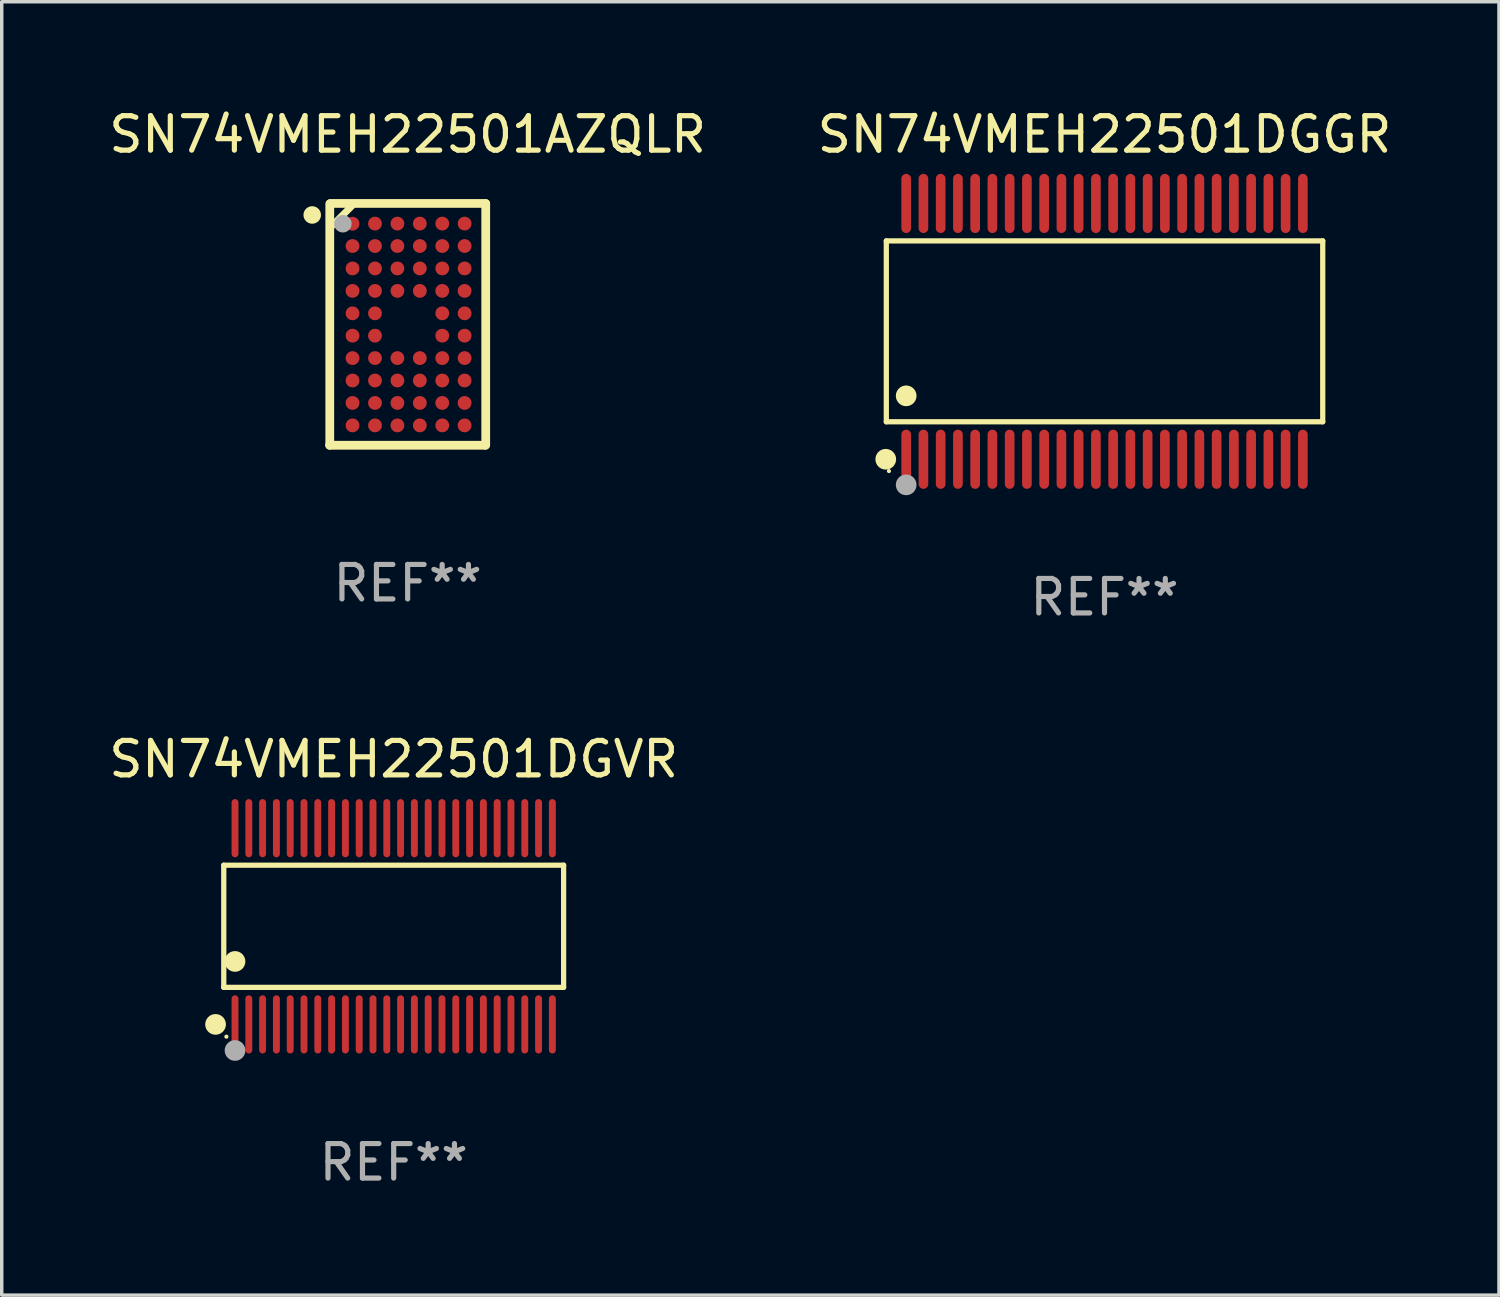
<source format=kicad_pcb>
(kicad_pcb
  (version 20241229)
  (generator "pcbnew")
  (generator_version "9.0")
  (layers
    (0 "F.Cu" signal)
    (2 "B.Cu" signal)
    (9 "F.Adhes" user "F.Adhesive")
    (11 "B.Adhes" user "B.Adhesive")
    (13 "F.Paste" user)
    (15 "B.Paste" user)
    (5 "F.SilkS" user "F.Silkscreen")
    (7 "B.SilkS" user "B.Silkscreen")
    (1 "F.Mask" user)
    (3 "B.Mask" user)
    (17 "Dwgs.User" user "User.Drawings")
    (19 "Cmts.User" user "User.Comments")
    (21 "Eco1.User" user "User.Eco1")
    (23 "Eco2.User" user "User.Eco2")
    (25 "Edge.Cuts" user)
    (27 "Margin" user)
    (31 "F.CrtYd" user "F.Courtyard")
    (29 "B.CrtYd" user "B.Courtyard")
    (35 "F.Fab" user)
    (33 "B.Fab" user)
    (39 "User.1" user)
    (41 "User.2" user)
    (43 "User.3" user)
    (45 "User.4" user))
  (footprint "SN74VMEH22501DGVR"
    (layer "F.Cu")
    (at 8.363 23.803)
    (property "Reference" "SN74VMEH22501DGVR" (at 0 -4.844 0) (layer "F.SilkS") (effects (font (size 1 1) (thickness 0.15))))
    (attr through_hole)
    (fp_line (start -4.926 -1.771) (end 4.926 -1.771) (stroke (width 0.152) (type solid)) (layer "F.SilkS"))
    (fp_line (start -4.926 1.771) (end -4.926 -1.771) (stroke (width 0.152) (type solid)) (layer "F.SilkS"))
    (fp_line (start 4.926 -1.771) (end 4.926 1.771) (stroke (width 0.152) (type solid)) (layer "F.SilkS"))
    (fp_line (start 4.926 1.771) (end -4.926 1.771) (stroke (width 0.152) (type solid)) (layer "F.SilkS"))
    (fp_circle (center -5.164 2.844) (end -5.014 2.844) (stroke (width 0.3) (type solid)) (fill no) (layer "F.SilkS"))
    (fp_circle (center -4.85 3.2) (end -4.82 3.2) (stroke (width 0.06) (type solid)) (fill no) (layer "F.SilkS"))
    (fp_circle (center -4.6 1.019) (end -4.45 1.019) (stroke (width 0.3) (type solid)) (fill no) (layer "F.SilkS"))
    (fp_circle (center -4.6 3.6) (end -4.45 3.6) (stroke (width 0.3) (type solid)) (fill no) (layer "F.Fab"))
    (fp_text user "REF**" (at 0 6.844 0) (layer "F.Fab") (effects (font (size 1 1) (thickness 0.15))))
    (pad "1" smd oval (at -4.6 2.844) (size 0.2 1.687) (layers "F.Cu" "F.Mask" "F.Paste"))
    (pad "2" smd oval (at -4.2 2.844) (size 0.2 1.687) (layers "F.Cu" "F.Mask" "F.Paste"))
    (pad "3" smd oval (at -3.8 2.844) (size 0.2 1.687) (layers "F.Cu" "F.Mask" "F.Paste"))
    (pad "4" smd oval (at -3.4 2.844) (size 0.2 1.687) (layers "F.Cu" "F.Mask" "F.Paste"))
    (pad "5" smd oval (at -3 2.844) (size 0.2 1.687) (layers "F.Cu" "F.Mask" "F.Paste"))
    (pad "6" smd oval (at -2.6 2.844) (size 0.2 1.687) (layers "F.Cu" "F.Mask" "F.Paste"))
    (pad "7" smd oval (at -2.2 2.844) (size 0.2 1.687) (layers "F.Cu" "F.Mask" "F.Paste"))
    (pad "8" smd oval (at -1.8 2.844) (size 0.2 1.687) (layers "F.Cu" "F.Mask" "F.Paste"))
    (pad "9" smd oval (at -1.4 2.844) (size 0.2 1.687) (layers "F.Cu" "F.Mask" "F.Paste"))
    (pad "10" smd oval (at -1 2.844) (size 0.2 1.687) (layers "F.Cu" "F.Mask" "F.Paste"))
    (pad "11" smd oval (at -0.6 2.844) (size 0.2 1.687) (layers "F.Cu" "F.Mask" "F.Paste"))
    (pad "12" smd oval (at -0.2 2.844) (size 0.2 1.687) (layers "F.Cu" "F.Mask" "F.Paste"))
    (pad "13" smd oval (at 0.2 2.844) (size 0.2 1.687) (layers "F.Cu" "F.Mask" "F.Paste"))
    (pad "14" smd oval (at 0.6 2.844) (size 0.2 1.687) (layers "F.Cu" "F.Mask" "F.Paste"))
    (pad "15" smd oval (at 1 2.844) (size 0.2 1.687) (layers "F.Cu" "F.Mask" "F.Paste"))
    (pad "16" smd oval (at 1.4 2.844) (size 0.2 1.687) (layers "F.Cu" "F.Mask" "F.Paste"))
    (pad "17" smd oval (at 1.8 2.844) (size 0.2 1.687) (layers "F.Cu" "F.Mask" "F.Paste"))
    (pad "18" smd oval (at 2.2 2.844) (size 0.2 1.687) (layers "F.Cu" "F.Mask" "F.Paste"))
    (pad "19" smd oval (at 2.6 2.844) (size 0.2 1.687) (layers "F.Cu" "F.Mask" "F.Paste"))
    (pad "20" smd oval (at 3 2.844) (size 0.2 1.687) (layers "F.Cu" "F.Mask" "F.Paste"))
    (pad "21" smd oval (at 3.4 2.844) (size 0.2 1.687) (layers "F.Cu" "F.Mask" "F.Paste"))
    (pad "22" smd oval (at 3.8 2.844) (size 0.2 1.687) (layers "F.Cu" "F.Mask" "F.Paste"))
    (pad "23" smd oval (at 4.2 2.844) (size 0.2 1.687) (layers "F.Cu" "F.Mask" "F.Paste"))
    (pad "24" smd oval (at 4.6 2.844) (size 0.2 1.687) (layers "F.Cu" "F.Mask" "F.Paste"))
    (pad "25" smd oval (at 4.6 -2.844) (size 0.2 1.687) (layers "F.Cu" "F.Mask" "F.Paste"))
    (pad "26" smd oval (at 4.2 -2.844) (size 0.2 1.687) (layers "F.Cu" "F.Mask" "F.Paste"))
    (pad "27" smd oval (at 3.8 -2.844) (size 0.2 1.687) (layers "F.Cu" "F.Mask" "F.Paste"))
    (pad "28" smd oval (at 3.4 -2.844) (size 0.2 1.687) (layers "F.Cu" "F.Mask" "F.Paste"))
    (pad "29" smd oval (at 3 -2.844) (size 0.2 1.687) (layers "F.Cu" "F.Mask" "F.Paste"))
    (pad "30" smd oval (at 2.6 -2.844) (size 0.2 1.687) (layers "F.Cu" "F.Mask" "F.Paste"))
    (pad "31" smd oval (at 2.2 -2.844) (size 0.2 1.687) (layers "F.Cu" "F.Mask" "F.Paste"))
    (pad "32" smd oval (at 1.8 -2.844) (size 0.2 1.687) (layers "F.Cu" "F.Mask" "F.Paste"))
    (pad "33" smd oval (at 1.4 -2.844) (size 0.2 1.687) (layers "F.Cu" "F.Mask" "F.Paste"))
    (pad "34" smd oval (at 1 -2.844) (size 0.2 1.687) (layers "F.Cu" "F.Mask" "F.Paste"))
    (pad "35" smd oval (at 0.6 -2.844) (size 0.2 1.687) (layers "F.Cu" "F.Mask" "F.Paste"))
    (pad "36" smd oval (at 0.2 -2.844) (size 0.2 1.687) (layers "F.Cu" "F.Mask" "F.Paste"))
    (pad "37" smd oval (at -0.2 -2.844) (size 0.2 1.687) (layers "F.Cu" "F.Mask" "F.Paste"))
    (pad "38" smd oval (at -0.6 -2.844) (size 0.2 1.687) (layers "F.Cu" "F.Mask" "F.Paste"))
    (pad "39" smd oval (at -1 -2.844) (size 0.2 1.687) (layers "F.Cu" "F.Mask" "F.Paste"))
    (pad "40" smd oval (at -1.4 -2.844) (size 0.2 1.687) (layers "F.Cu" "F.Mask" "F.Paste"))
    (pad "41" smd oval (at -1.8 -2.844) (size 0.2 1.687) (layers "F.Cu" "F.Mask" "F.Paste"))
    (pad "42" smd oval (at -2.2 -2.844) (size 0.2 1.687) (layers "F.Cu" "F.Mask" "F.Paste"))
    (pad "43" smd oval (at -2.6 -2.844) (size 0.2 1.687) (layers "F.Cu" "F.Mask" "F.Paste"))
    (pad "44" smd oval (at -3 -2.844) (size 0.2 1.687) (layers "F.Cu" "F.Mask" "F.Paste"))
    (pad "45" smd oval (at -3.4 -2.844) (size 0.2 1.687) (layers "F.Cu" "F.Mask" "F.Paste"))
    (pad "46" smd oval (at -3.8 -2.844) (size 0.2 1.687) (layers "F.Cu" "F.Mask" "F.Paste"))
    (pad "47" smd oval (at -4.2 -2.844) (size 0.2 1.687) (layers "F.Cu" "F.Mask" "F.Paste"))
    (pad "48" smd oval (at -4.6 -2.844) (size 0.2 1.687) (layers "F.Cu" "F.Mask" "F.Paste")))
  (footprint "SN74VMEH22501DGGR"
    (layer "F.Cu")
    (at 28.97 6.556)
    (property "Reference" "SN74VMEH22501DGGR" (at 0 -5.708 0) (layer "F.SilkS") (effects (font (size 1 1) (thickness 0.15))))
    (attr through_hole)
    (fp_line (start -6.326 -2.622) (end 6.326 -2.622) (stroke (width 0.152) (type solid)) (layer "F.SilkS"))
    (fp_line (start -6.326 2.621) (end -6.326 -2.622) (stroke (width 0.152) (type solid)) (layer "F.SilkS"))
    (fp_line (start 6.326 -2.622) (end 6.326 2.621) (stroke (width 0.152) (type solid)) (layer "F.SilkS"))
    (fp_line (start 6.326 2.621) (end -6.326 2.621) (stroke (width 0.152) (type solid)) (layer "F.SilkS"))
    (fp_circle (center -6.342 3.708) (end -6.192 3.708) (stroke (width 0.3) (type solid)) (fill no) (layer "F.SilkS"))
    (fp_circle (center -6.25 4.05) (end -6.22 4.05) (stroke (width 0.06) (type solid)) (fill no) (layer "F.SilkS"))
    (fp_circle (center -5.75 1.869) (end -5.6 1.869) (stroke (width 0.3) (type solid)) (fill no) (layer "F.SilkS"))
    (fp_circle (center -5.75 4.45) (end -5.6 4.45) (stroke (width 0.3) (type solid)) (fill no) (layer "F.Fab"))
    (fp_text user "REF**" (at 0 7.708 0) (layer "F.Fab") (effects (font (size 1 1) (thickness 0.15))))
    (pad "1" smd oval (at -5.75 3.708) (size 0.28 1.715) (layers "F.Cu" "F.Mask" "F.Paste"))
    (pad "2" smd oval (at -5.25 3.708) (size 0.28 1.715) (layers "F.Cu" "F.Mask" "F.Paste"))
    (pad "3" smd oval (at -4.75 3.708) (size 0.28 1.715) (layers "F.Cu" "F.Mask" "F.Paste"))
    (pad "4" smd oval (at -4.25 3.708) (size 0.28 1.715) (layers "F.Cu" "F.Mask" "F.Paste"))
    (pad "5" smd oval (at -3.75 3.708) (size 0.28 1.715) (layers "F.Cu" "F.Mask" "F.Paste"))
    (pad "6" smd oval (at -3.25 3.708) (size 0.28 1.715) (layers "F.Cu" "F.Mask" "F.Paste"))
    (pad "7" smd oval (at -2.75 3.708) (size 0.28 1.715) (layers "F.Cu" "F.Mask" "F.Paste"))
    (pad "8" smd oval (at -2.25 3.708) (size 0.28 1.715) (layers "F.Cu" "F.Mask" "F.Paste"))
    (pad "9" smd oval (at -1.75 3.708) (size 0.28 1.715) (layers "F.Cu" "F.Mask" "F.Paste"))
    (pad "10" smd oval (at -1.25 3.708) (size 0.28 1.715) (layers "F.Cu" "F.Mask" "F.Paste"))
    (pad "11" smd oval (at -0.75 3.708) (size 0.28 1.715) (layers "F.Cu" "F.Mask" "F.Paste"))
    (pad "12" smd oval (at -0.25 3.708) (size 0.28 1.715) (layers "F.Cu" "F.Mask" "F.Paste"))
    (pad "13" smd oval (at 0.25 3.708) (size 0.28 1.715) (layers "F.Cu" "F.Mask" "F.Paste"))
    (pad "14" smd oval (at 0.75 3.708) (size 0.28 1.715) (layers "F.Cu" "F.Mask" "F.Paste"))
    (pad "15" smd oval (at 1.25 3.708) (size 0.28 1.715) (layers "F.Cu" "F.Mask" "F.Paste"))
    (pad "16" smd oval (at 1.75 3.708) (size 0.28 1.715) (layers "F.Cu" "F.Mask" "F.Paste"))
    (pad "17" smd oval (at 2.25 3.708) (size 0.28 1.715) (layers "F.Cu" "F.Mask" "F.Paste"))
    (pad "18" smd oval (at 2.75 3.708) (size 0.28 1.715) (layers "F.Cu" "F.Mask" "F.Paste"))
    (pad "19" smd oval (at 3.25 3.708) (size 0.28 1.715) (layers "F.Cu" "F.Mask" "F.Paste"))
    (pad "20" smd oval (at 3.75 3.708) (size 0.28 1.715) (layers "F.Cu" "F.Mask" "F.Paste"))
    (pad "21" smd oval (at 4.25 3.708) (size 0.28 1.715) (layers "F.Cu" "F.Mask" "F.Paste"))
    (pad "22" smd oval (at 4.75 3.708) (size 0.28 1.715) (layers "F.Cu" "F.Mask" "F.Paste"))
    (pad "23" smd oval (at 5.25 3.708) (size 0.28 1.715) (layers "F.Cu" "F.Mask" "F.Paste"))
    (pad "24" smd oval (at 5.75 3.708) (size 0.28 1.715) (layers "F.Cu" "F.Mask" "F.Paste"))
    (pad "25" smd oval (at 5.75 -3.708) (size 0.28 1.715) (layers "F.Cu" "F.Mask" "F.Paste"))
    (pad "26" smd oval (at 5.25 -3.708) (size 0.28 1.715) (layers "F.Cu" "F.Mask" "F.Paste"))
    (pad "27" smd oval (at 4.75 -3.708) (size 0.28 1.715) (layers "F.Cu" "F.Mask" "F.Paste"))
    (pad "28" smd oval (at 4.25 -3.708) (size 0.28 1.715) (layers "F.Cu" "F.Mask" "F.Paste"))
    (pad "29" smd oval (at 3.75 -3.708) (size 0.28 1.715) (layers "F.Cu" "F.Mask" "F.Paste"))
    (pad "30" smd oval (at 3.25 -3.708) (size 0.28 1.715) (layers "F.Cu" "F.Mask" "F.Paste"))
    (pad "31" smd oval (at 2.75 -3.708) (size 0.28 1.715) (layers "F.Cu" "F.Mask" "F.Paste"))
    (pad "32" smd oval (at 2.25 -3.708) (size 0.28 1.715) (layers "F.Cu" "F.Mask" "F.Paste"))
    (pad "33" smd oval (at 1.75 -3.708) (size 0.28 1.715) (layers "F.Cu" "F.Mask" "F.Paste"))
    (pad "34" smd oval (at 1.25 -3.708) (size 0.28 1.715) (layers "F.Cu" "F.Mask" "F.Paste"))
    (pad "35" smd oval (at 0.75 -3.708) (size 0.28 1.715) (layers "F.Cu" "F.Mask" "F.Paste"))
    (pad "36" smd oval (at 0.25 -3.708) (size 0.28 1.715) (layers "F.Cu" "F.Mask" "F.Paste"))
    (pad "37" smd oval (at -0.25 -3.708) (size 0.28 1.715) (layers "F.Cu" "F.Mask" "F.Paste"))
    (pad "38" smd oval (at -0.75 -3.708) (size 0.28 1.715) (layers "F.Cu" "F.Mask" "F.Paste"))
    (pad "39" smd oval (at -1.25 -3.708) (size 0.28 1.715) (layers "F.Cu" "F.Mask" "F.Paste"))
    (pad "40" smd oval (at -1.75 -3.708) (size 0.28 1.715) (layers "F.Cu" "F.Mask" "F.Paste"))
    (pad "41" smd oval (at -2.25 -3.708) (size 0.28 1.715) (layers "F.Cu" "F.Mask" "F.Paste"))
    (pad "42" smd oval (at -2.75 -3.708) (size 0.28 1.715) (layers "F.Cu" "F.Mask" "F.Paste"))
    (pad "43" smd oval (at -3.25 -3.708) (size 0.28 1.715) (layers "F.Cu" "F.Mask" "F.Paste"))
    (pad "44" smd oval (at -3.75 -3.708) (size 0.28 1.715) (layers "F.Cu" "F.Mask" "F.Paste"))
    (pad "45" smd oval (at -4.25 -3.708) (size 0.28 1.715) (layers "F.Cu" "F.Mask" "F.Paste"))
    (pad "46" smd oval (at -4.75 -3.708) (size 0.28 1.715) (layers "F.Cu" "F.Mask" "F.Paste"))
    (pad "47" smd oval (at -5.25 -3.708) (size 0.28 1.715) (layers "F.Cu" "F.Mask" "F.Paste"))
    (pad "48" smd oval (at -5.75 -3.708) (size 0.28 1.715) (layers "F.Cu" "F.Mask" "F.Paste")))
  (footprint "SN74VMEH22501AZQLR"
    (layer "F.Cu")
    (at 8.768 6.353)
    (property "Reference" "SN74VMEH22501AZQLR" (at 0 -5.505 0) (layer "F.SilkS") (effects (font (size 1 1) (thickness 0.15))))
    (attr through_hole)
    (fp_line (start -2.258 3.505) (end -2.258 -3.495) (stroke (width 0.254) (type solid)) (layer "F.SilkS"))
    (fp_line (start -2.238 -3.505) (end 2.263 -3.505) (stroke (width 0.254) (type solid)) (layer "F.SilkS"))
    (fp_line (start -2.207 -2.845) (end -1.618 -3.432) (stroke (width 0.2) (type solid)) (layer "F.SilkS"))
    (fp_line (start 2.238 3.505) (end -2.263 3.505) (stroke (width 0.254) (type solid)) (layer "F.SilkS"))
    (fp_line (start 2.263 -3.495) (end 2.263 3.505) (stroke (width 0.254) (type solid)) (layer "F.SilkS"))
    (fp_circle (center -2.767 -3.171) (end -2.64 -3.171) (stroke (width 0.254) (type solid)) (fill no) (layer "F.SilkS"))
    (fp_circle (center -2.223 -3.496) (end -2.193 -3.496) (stroke (width 0.06) (type solid)) (fill no) (layer "F.SilkS"))
    (fp_circle (center -1.878 -2.917) (end -1.751 -2.917) (stroke (width 0.254) (type solid)) (fill no) (layer "F.Fab"))
    (fp_text user "REF**" (at 0 7.505 0) (layer "F.Fab") (effects (font (size 1 1) (thickness 0.15))))
    (pad "A1" smd circle (at -1.598 -2.918) (size 0.4 0.4) (layers "F.Cu" "F.Mask" "F.Paste"))
    (pad "A2" smd circle (at -0.947 -2.921) (size 0.4 0.4) (layers "F.Cu" "F.Mask" "F.Paste"))
    (pad "A3" smd circle (at -0.297 -2.921) (size 0.4 0.4) (layers "F.Cu" "F.Mask" "F.Paste"))
    (pad "A4" smd circle (at 0.353 -2.921) (size 0.4 0.4) (layers "F.Cu" "F.Mask" "F.Paste"))
    (pad "A5" smd circle (at 1.003 -2.921) (size 0.4 0.4) (layers "F.Cu" "F.Mask" "F.Paste"))
    (pad "A6" smd circle (at 1.651 -2.921) (size 0.4 0.4) (layers "F.Cu" "F.Mask" "F.Paste"))
    (pad "B1" smd circle (at -1.598 -2.271) (size 0.4 0.4) (layers "F.Cu" "F.Mask" "F.Paste"))
    (pad "B2" smd circle (at -0.947 -2.271) (size 0.4 0.4) (layers "F.Cu" "F.Mask" "F.Paste"))
    (pad "B3" smd circle (at -0.297 -2.271) (size 0.4 0.4) (layers "F.Cu" "F.Mask" "F.Paste"))
    (pad "B4" smd circle (at 0.353 -2.271) (size 0.4 0.4) (layers "F.Cu" "F.Mask" "F.Paste"))
    (pad "B5" smd circle (at 1.003 -2.271) (size 0.4 0.4) (layers "F.Cu" "F.Mask" "F.Paste"))
    (pad "B6" smd circle (at 1.651 -2.271) (size 0.4 0.4) (layers "F.Cu" "F.Mask" "F.Paste"))
    (pad "C1" smd circle (at -1.598 -1.621) (size 0.4 0.4) (layers "F.Cu" "F.Mask" "F.Paste"))
    (pad "C2" smd circle (at -0.947 -1.621) (size 0.4 0.4) (layers "F.Cu" "F.Mask" "F.Paste"))
    (pad "C3" smd circle (at -0.297 -1.621) (size 0.4 0.4) (layers "F.Cu" "F.Mask" "F.Paste"))
    (pad "C4" smd circle (at 0.353 -1.621) (size 0.4 0.4) (layers "F.Cu" "F.Mask" "F.Paste"))
    (pad "C5" smd circle (at 1.003 -1.621) (size 0.4 0.4) (layers "F.Cu" "F.Mask" "F.Paste"))
    (pad "C6" smd circle (at 1.651 -1.621) (size 0.4 0.4) (layers "F.Cu" "F.Mask" "F.Paste"))
    (pad "D1" smd circle (at -1.598 -0.97) (size 0.4 0.4) (layers "F.Cu" "F.Mask" "F.Paste"))
    (pad "D2" smd circle (at -0.947 -0.97) (size 0.4 0.4) (layers "F.Cu" "F.Mask" "F.Paste"))
    (pad "D3" smd circle (at -0.297 -0.97) (size 0.4 0.4) (layers "F.Cu" "F.Mask" "F.Paste"))
    (pad "D4" smd circle (at 0.353 -0.97) (size 0.4 0.4) (layers "F.Cu" "F.Mask" "F.Paste"))
    (pad "D5" smd circle (at 1.003 -0.97) (size 0.4 0.4) (layers "F.Cu" "F.Mask" "F.Paste"))
    (pad "D6" smd circle (at 1.651 -0.97) (size 0.4 0.4) (layers "F.Cu" "F.Mask" "F.Paste"))
    (pad "E1" smd circle (at -1.598 -0.32) (size 0.4 0.4) (layers "F.Cu" "F.Mask" "F.Paste"))
    (pad "E2" smd circle (at -0.947 -0.32) (size 0.4 0.4) (layers "F.Cu" "F.Mask" "F.Paste"))
    (pad "E5" smd circle (at 1.003 -0.32) (size 0.4 0.4) (layers "F.Cu" "F.Mask" "F.Paste"))
    (pad "E6" smd circle (at 1.651 -0.32) (size 0.4 0.4) (layers "F.Cu" "F.Mask" "F.Paste"))
    (pad "F1" smd circle (at -1.598 0.328) (size 0.4 0.4) (layers "F.Cu" "F.Mask" "F.Paste"))
    (pad "F2" smd circle (at -0.947 0.328) (size 0.4 0.4) (layers "F.Cu" "F.Mask" "F.Paste"))
    (pad "F5" smd circle (at 1.003 0.328) (size 0.4 0.4) (layers "F.Cu" "F.Mask" "F.Paste"))
    (pad "F6" smd circle (at 1.651 0.328) (size 0.4 0.4) (layers "F.Cu" "F.Mask" "F.Paste"))
    (pad "G1" smd circle (at -1.598 0.978) (size 0.4 0.4) (layers "F.Cu" "F.Mask" "F.Paste"))
    (pad "G2" smd circle (at -0.947 0.978) (size 0.4 0.4) (layers "F.Cu" "F.Mask" "F.Paste"))
    (pad "G3" smd circle (at -0.297 0.978) (size 0.4 0.4) (layers "F.Cu" "F.Mask" "F.Paste"))
    (pad "G4" smd circle (at 0.353 0.978) (size 0.4 0.4) (layers "F.Cu" "F.Mask" "F.Paste"))
    (pad "G5" smd circle (at 1.003 0.978) (size 0.4 0.4) (layers "F.Cu" "F.Mask" "F.Paste"))
    (pad "G6" smd circle (at 1.651 0.978) (size 0.4 0.4) (layers "F.Cu" "F.Mask" "F.Paste"))
    (pad "H1" smd circle (at -1.598 1.628) (size 0.4 0.4) (layers "F.Cu" "F.Mask" "F.Paste"))
    (pad "H2" smd circle (at -0.947 1.628) (size 0.4 0.4) (layers "F.Cu" "F.Mask" "F.Paste"))
    (pad "H3" smd circle (at -0.297 1.628) (size 0.4 0.4) (layers "F.Cu" "F.Mask" "F.Paste"))
    (pad "H4" smd circle (at 0.353 1.628) (size 0.4 0.4) (layers "F.Cu" "F.Mask" "F.Paste"))
    (pad "H5" smd circle (at 1.003 1.628) (size 0.4 0.4) (layers "F.Cu" "F.Mask" "F.Paste"))
    (pad "H6" smd circle (at 1.651 1.628) (size 0.4 0.4) (layers "F.Cu" "F.Mask" "F.Paste"))
    (pad "J1" smd circle (at -1.598 2.278) (size 0.4 0.4) (layers "F.Cu" "F.Mask" "F.Paste"))
    (pad "J2" smd circle (at -0.947 2.278) (size 0.4 0.4) (layers "F.Cu" "F.Mask" "F.Paste"))
    (pad "J3" smd circle (at -0.297 2.278) (size 0.4 0.4) (layers "F.Cu" "F.Mask" "F.Paste"))
    (pad "J4" smd circle (at 0.353 2.278) (size 0.4 0.4) (layers "F.Cu" "F.Mask" "F.Paste"))
    (pad "J5" smd circle (at 1.003 2.278) (size 0.4 0.4) (layers "F.Cu" "F.Mask" "F.Paste"))
    (pad "J6" smd circle (at 1.651 2.278) (size 0.4 0.4) (layers "F.Cu" "F.Mask" "F.Paste"))
    (pad "K1" smd circle (at -1.598 2.929) (size 0.4 0.4) (layers "F.Cu" "F.Mask" "F.Paste"))
    (pad "K2" smd circle (at -0.947 2.929) (size 0.4 0.4) (layers "F.Cu" "F.Mask" "F.Paste"))
    (pad "K3" smd circle (at -0.297 2.929) (size 0.4 0.4) (layers "F.Cu" "F.Mask" "F.Paste"))
    (pad "K4" smd circle (at 0.353 2.929) (size 0.4 0.4) (layers "F.Cu" "F.Mask" "F.Paste"))
    (pad "K5" smd circle (at 1.003 2.929) (size 0.4 0.4) (layers "F.Cu" "F.Mask" "F.Paste"))
    (pad "K6" smd circle (at 1.651 2.929) (size 0.4 0.4) (layers "F.Cu" "F.Mask" "F.Paste")))
  (gr_rect
    (start -3 -3)
    (end 40.405 34.495)
    (stroke (width 0.1) (type default))
    (fill no)
    (layer "Edge.Cuts")))
</source>
